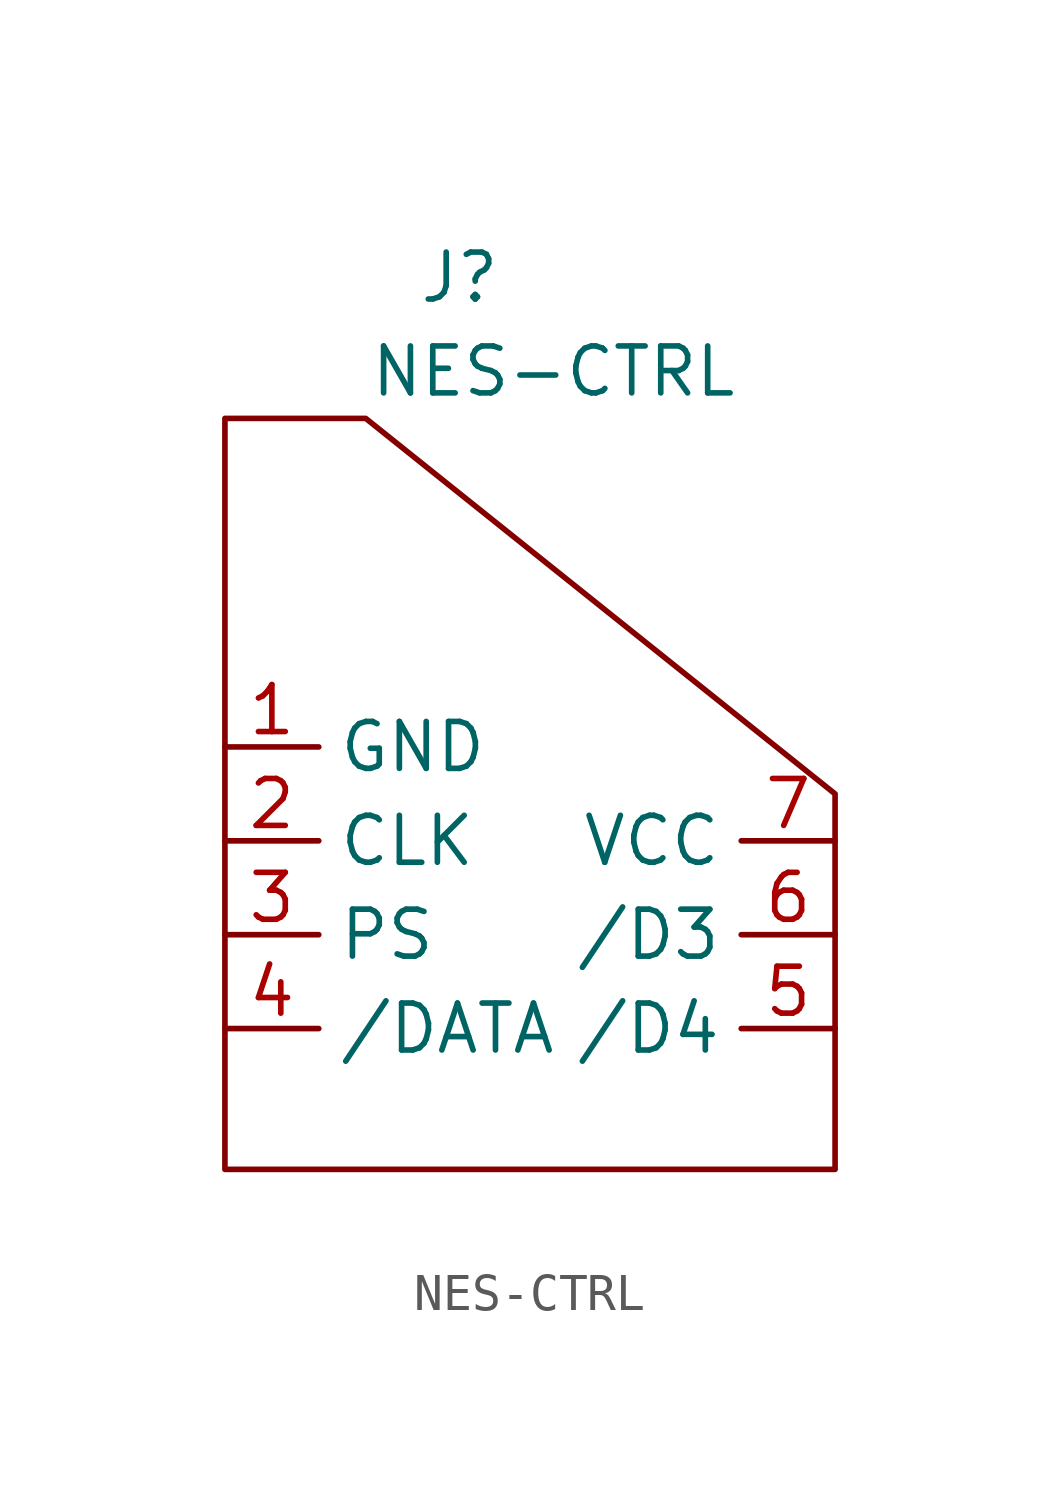
<source format=kicad_sym>
(kicad_symbol_lib
  (version 20211014)
  (generator kicad_symbol_editor)
  (symbol "NES-CTRL"
    (property "Reference" "J"
      (at 6.35 12.7 0)
      (effects (font (size 1.27 1.27))))
    (property "Value" "NES-CTRL"
      (at 8.89 10.16 0)
      (effects (font (size 1.27 1.27))))
    (symbol "NES-CTRL_0_1"
      (polyline (pts (xy 0 8.89) (xy 0 -11.43) (xy 16.51 -11.43) (xy 16.51 -1.27) (xy 3.81 8.89) (xy 0 8.89)) (stroke (width 0) (type default) (color 0 0 0 0)) (fill (type none))))
    (symbol "NES-CTRL_1_1"
      (pin power_in line (at 0 0 0) (length 2.54) (name "GND" (effects (font (size 1.27 1.27)))) (number "1" (effects (font (size 1.27 1.27)))))
      (pin input line (at 0 -2.54 0) (length 2.54) (name "CLK" (effects (font (size 1.27 1.27)))) (number "2" (effects (font (size 1.27 1.27)))))
      (pin input line (at 0 -5.08 0) (length 2.54) (name "PS" (effects (font (size 1.27 1.27)))) (number "3" (effects (font (size 1.27 1.27)))))
      (pin output line (at 0 -7.62 0) (length 2.54) (name "/DATA" (effects (font (size 1.27 1.27)))) (number "4" (effects (font (size 1.27 1.27)))))
      (pin output line (at 16.51 -7.62 180) (length 2.54) (name "/D4" (effects (font (size 1.27 1.27)))) (number "5" (effects (font (size 1.27 1.27)))))
      (pin output line (at 16.51 -5.08 180) (length 2.54) (name "/D3" (effects (font (size 1.27 1.27)))) (number "6" (effects (font (size 1.27 1.27)))))
      (pin power_in line (at 16.51 -2.54 180) (length 2.54) (name "VCC" (effects (font (size 1.27 1.27)))) (number "7" (effects (font (size 1.27 1.27))))))))
</source>
